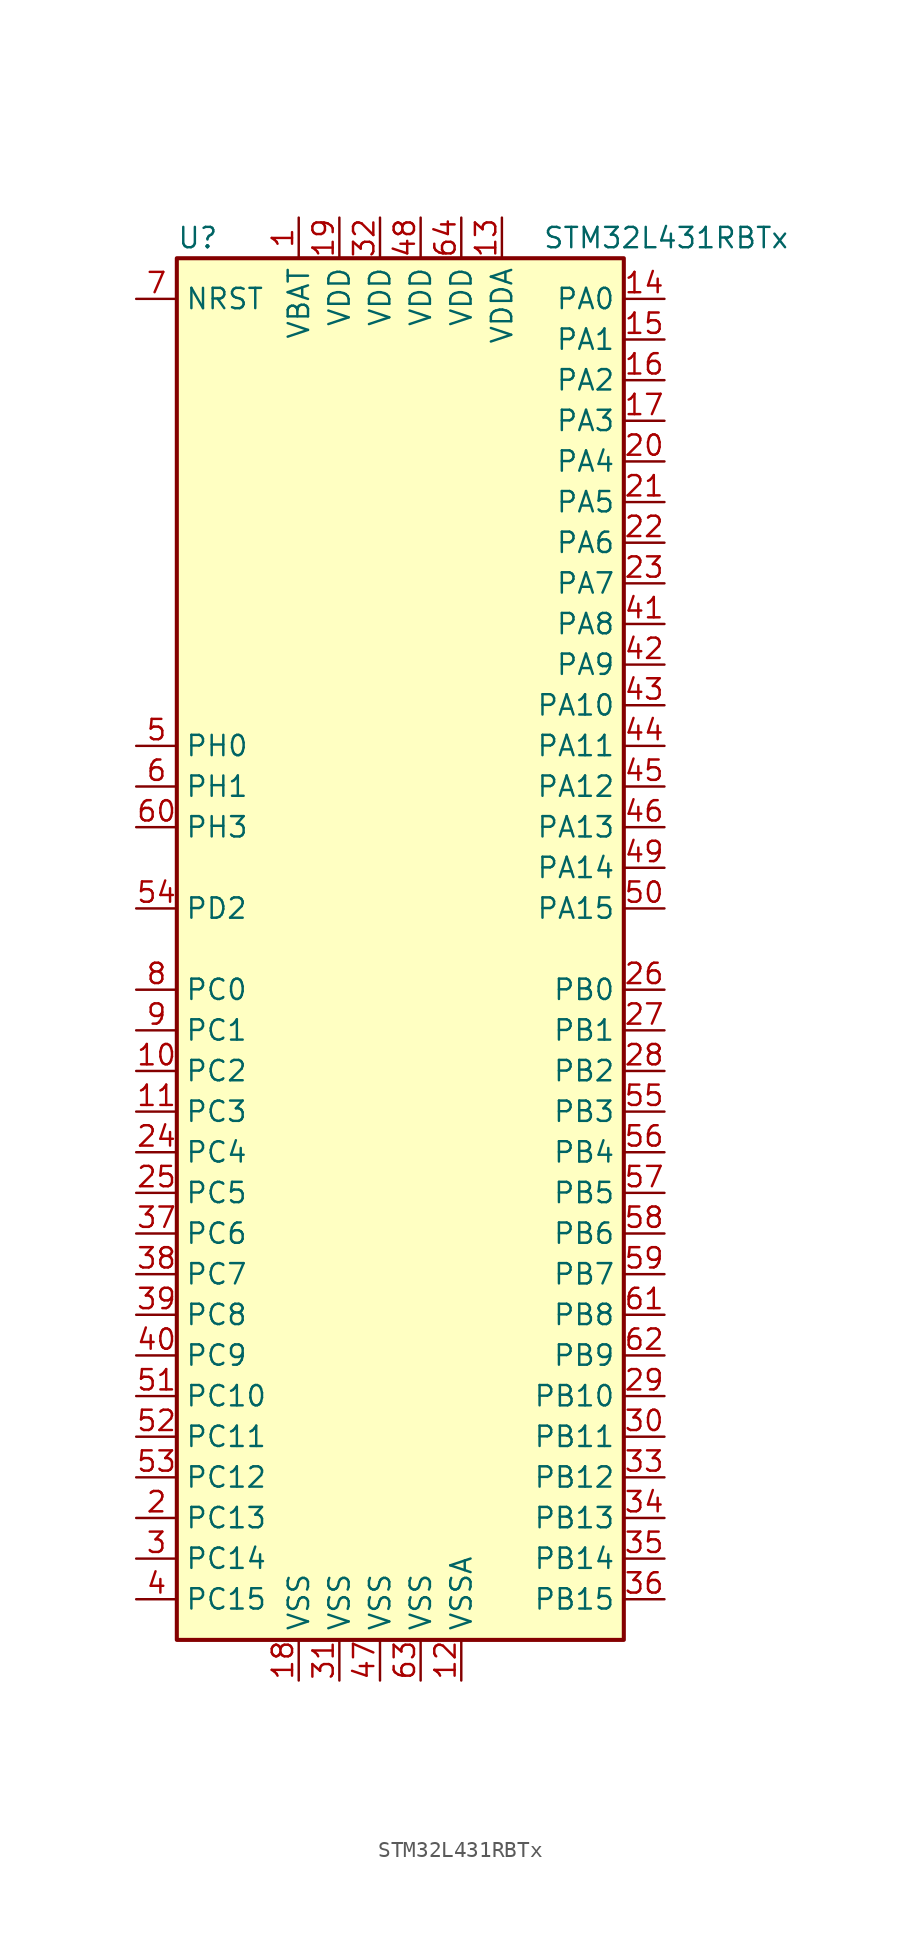
<source format=kicad_sym>
(kicad_symbol_lib
  (version 20201005)
  (generator kicad_symbol_editor)
  (symbol "MCU_ST_STM32L4:STM32L431RBTx"
    (property "Reference" "U"
      (at -15.24 44.45 0)
      (effects (font (size 1.27 1.27)) (justify left)))
    (property "Value" "STM32L431RBTx"
      (at 7.62 44.45 0)
      (effects (font (size 1.27 1.27)) (justify left)))
    (symbol "STM32L431RBTx_0_1"
      (rectangle (start -15.24 -43.18) (end 12.7 43.18) (stroke (width 0.254)) (fill (type background))))
    (symbol "STM32L431RBTx_1_1"
      (pin power_in line (at -7.62 45.72 270) (length 2.54) (name "VBAT" (effects (font (size 1.27 1.27)))) (number "1" (effects (font (size 1.27 1.27)))))
      (pin bidirectional line (at -17.78 -7.62 0) (length 2.54) (name "PC2" (effects (font (size 1.27 1.27)))) (number "10" (effects (font (size 1.27 1.27)))))
      (pin bidirectional line (at -17.78 -10.16 0) (length 2.54) (name "PC3" (effects (font (size 1.27 1.27)))) (number "11" (effects (font (size 1.27 1.27)))))
      (pin power_in line (at 2.54 -45.72 90) (length 2.54) (name "VSSA" (effects (font (size 1.27 1.27)))) (number "12" (effects (font (size 1.27 1.27)))))
      (pin power_in line (at 5.08 45.72 270) (length 2.54) (name "VDDA" (effects (font (size 1.27 1.27)))) (number "13" (effects (font (size 1.27 1.27)))))
      (pin bidirectional line (at 15.24 40.64 180) (length 2.54) (name "PA0" (effects (font (size 1.27 1.27)))) (number "14" (effects (font (size 1.27 1.27)))))
      (pin bidirectional line (at 15.24 38.1 180) (length 2.54) (name "PA1" (effects (font (size 1.27 1.27)))) (number "15" (effects (font (size 1.27 1.27)))))
      (pin bidirectional line (at 15.24 35.56 180) (length 2.54) (name "PA2" (effects (font (size 1.27 1.27)))) (number "16" (effects (font (size 1.27 1.27)))))
      (pin bidirectional line (at 15.24 33.02 180) (length 2.54) (name "PA3" (effects (font (size 1.27 1.27)))) (number "17" (effects (font (size 1.27 1.27)))))
      (pin power_in line (at -7.62 -45.72 90) (length 2.54) (name "VSS" (effects (font (size 1.27 1.27)))) (number "18" (effects (font (size 1.27 1.27)))))
      (pin power_in line (at -5.08 45.72 270) (length 2.54) (name "VDD" (effects (font (size 1.27 1.27)))) (number "19" (effects (font (size 1.27 1.27)))))
      (pin bidirectional line (at -17.78 -35.56 0) (length 2.54) (name "PC13" (effects (font (size 1.27 1.27)))) (number "2" (effects (font (size 1.27 1.27)))))
      (pin bidirectional line (at 15.24 30.48 180) (length 2.54) (name "PA4" (effects (font (size 1.27 1.27)))) (number "20" (effects (font (size 1.27 1.27)))))
      (pin bidirectional line (at 15.24 27.94 180) (length 2.54) (name "PA5" (effects (font (size 1.27 1.27)))) (number "21" (effects (font (size 1.27 1.27)))))
      (pin bidirectional line (at 15.24 25.4 180) (length 2.54) (name "PA6" (effects (font (size 1.27 1.27)))) (number "22" (effects (font (size 1.27 1.27)))))
      (pin bidirectional line (at 15.24 22.86 180) (length 2.54) (name "PA7" (effects (font (size 1.27 1.27)))) (number "23" (effects (font (size 1.27 1.27)))))
      (pin bidirectional line (at -17.78 -12.7 0) (length 2.54) (name "PC4" (effects (font (size 1.27 1.27)))) (number "24" (effects (font (size 1.27 1.27)))))
      (pin bidirectional line (at -17.78 -15.24 0) (length 2.54) (name "PC5" (effects (font (size 1.27 1.27)))) (number "25" (effects (font (size 1.27 1.27)))))
      (pin bidirectional line (at 15.24 -2.54 180) (length 2.54) (name "PB0" (effects (font (size 1.27 1.27)))) (number "26" (effects (font (size 1.27 1.27)))))
      (pin bidirectional line (at 15.24 -5.08 180) (length 2.54) (name "PB1" (effects (font (size 1.27 1.27)))) (number "27" (effects (font (size 1.27 1.27)))))
      (pin bidirectional line (at 15.24 -7.62 180) (length 2.54) (name "PB2" (effects (font (size 1.27 1.27)))) (number "28" (effects (font (size 1.27 1.27)))))
      (pin bidirectional line (at 15.24 -27.94 180) (length 2.54) (name "PB10" (effects (font (size 1.27 1.27)))) (number "29" (effects (font (size 1.27 1.27)))))
      (pin bidirectional line (at -17.78 -38.1 0) (length 2.54) (name "PC14" (effects (font (size 1.27 1.27)))) (number "3" (effects (font (size 1.27 1.27)))))
      (pin bidirectional line (at 15.24 -30.48 180) (length 2.54) (name "PB11" (effects (font (size 1.27 1.27)))) (number "30" (effects (font (size 1.27 1.27)))))
      (pin power_in line (at -5.08 -45.72 90) (length 2.54) (name "VSS" (effects (font (size 1.27 1.27)))) (number "31" (effects (font (size 1.27 1.27)))))
      (pin power_in line (at -2.54 45.72 270) (length 2.54) (name "VDD" (effects (font (size 1.27 1.27)))) (number "32" (effects (font (size 1.27 1.27)))))
      (pin bidirectional line (at 15.24 -33.02 180) (length 2.54) (name "PB12" (effects (font (size 1.27 1.27)))) (number "33" (effects (font (size 1.27 1.27)))))
      (pin bidirectional line (at 15.24 -35.56 180) (length 2.54) (name "PB13" (effects (font (size 1.27 1.27)))) (number "34" (effects (font (size 1.27 1.27)))))
      (pin bidirectional line (at 15.24 -38.1 180) (length 2.54) (name "PB14" (effects (font (size 1.27 1.27)))) (number "35" (effects (font (size 1.27 1.27)))))
      (pin bidirectional line (at 15.24 -40.64 180) (length 2.54) (name "PB15" (effects (font (size 1.27 1.27)))) (number "36" (effects (font (size 1.27 1.27)))))
      (pin bidirectional line (at -17.78 -17.78 0) (length 2.54) (name "PC6" (effects (font (size 1.27 1.27)))) (number "37" (effects (font (size 1.27 1.27)))))
      (pin bidirectional line (at -17.78 -20.32 0) (length 2.54) (name "PC7" (effects (font (size 1.27 1.27)))) (number "38" (effects (font (size 1.27 1.27)))))
      (pin bidirectional line (at -17.78 -22.86 0) (length 2.54) (name "PC8" (effects (font (size 1.27 1.27)))) (number "39" (effects (font (size 1.27 1.27)))))
      (pin bidirectional line (at -17.78 -40.64 0) (length 2.54) (name "PC15" (effects (font (size 1.27 1.27)))) (number "4" (effects (font (size 1.27 1.27)))))
      (pin bidirectional line (at -17.78 -25.4 0) (length 2.54) (name "PC9" (effects (font (size 1.27 1.27)))) (number "40" (effects (font (size 1.27 1.27)))))
      (pin bidirectional line (at 15.24 20.32 180) (length 2.54) (name "PA8" (effects (font (size 1.27 1.27)))) (number "41" (effects (font (size 1.27 1.27)))))
      (pin bidirectional line (at 15.24 17.78 180) (length 2.54) (name "PA9" (effects (font (size 1.27 1.27)))) (number "42" (effects (font (size 1.27 1.27)))))
      (pin bidirectional line (at 15.24 15.24 180) (length 2.54) (name "PA10" (effects (font (size 1.27 1.27)))) (number "43" (effects (font (size 1.27 1.27)))))
      (pin bidirectional line (at 15.24 12.7 180) (length 2.54) (name "PA11" (effects (font (size 1.27 1.27)))) (number "44" (effects (font (size 1.27 1.27)))))
      (pin bidirectional line (at 15.24 10.16 180) (length 2.54) (name "PA12" (effects (font (size 1.27 1.27)))) (number "45" (effects (font (size 1.27 1.27)))))
      (pin bidirectional line (at 15.24 7.62 180) (length 2.54) (name "PA13" (effects (font (size 1.27 1.27)))) (number "46" (effects (font (size 1.27 1.27)))))
      (pin power_in line (at -2.54 -45.72 90) (length 2.54) (name "VSS" (effects (font (size 1.27 1.27)))) (number "47" (effects (font (size 1.27 1.27)))))
      (pin power_in line (at 0 45.72 270) (length 2.54) (name "VDD" (effects (font (size 1.27 1.27)))) (number "48" (effects (font (size 1.27 1.27)))))
      (pin bidirectional line (at 15.24 5.08 180) (length 2.54) (name "PA14" (effects (font (size 1.27 1.27)))) (number "49" (effects (font (size 1.27 1.27)))))
      (pin input line (at -17.78 12.7 0) (length 2.54) (name "PH0" (effects (font (size 1.27 1.27)))) (number "5" (effects (font (size 1.27 1.27)))))
      (pin bidirectional line (at 15.24 2.54 180) (length 2.54) (name "PA15" (effects (font (size 1.27 1.27)))) (number "50" (effects (font (size 1.27 1.27)))))
      (pin bidirectional line (at -17.78 -27.94 0) (length 2.54) (name "PC10" (effects (font (size 1.27 1.27)))) (number "51" (effects (font (size 1.27 1.27)))))
      (pin bidirectional line (at -17.78 -30.48 0) (length 2.54) (name "PC11" (effects (font (size 1.27 1.27)))) (number "52" (effects (font (size 1.27 1.27)))))
      (pin bidirectional line (at -17.78 -33.02 0) (length 2.54) (name "PC12" (effects (font (size 1.27 1.27)))) (number "53" (effects (font (size 1.27 1.27)))))
      (pin bidirectional line (at -17.78 2.54 0) (length 2.54) (name "PD2" (effects (font (size 1.27 1.27)))) (number "54" (effects (font (size 1.27 1.27)))))
      (pin bidirectional line (at 15.24 -10.16 180) (length 2.54) (name "PB3" (effects (font (size 1.27 1.27)))) (number "55" (effects (font (size 1.27 1.27)))))
      (pin bidirectional line (at 15.24 -12.7 180) (length 2.54) (name "PB4" (effects (font (size 1.27 1.27)))) (number "56" (effects (font (size 1.27 1.27)))))
      (pin bidirectional line (at 15.24 -15.24 180) (length 2.54) (name "PB5" (effects (font (size 1.27 1.27)))) (number "57" (effects (font (size 1.27 1.27)))))
      (pin bidirectional line (at 15.24 -17.78 180) (length 2.54) (name "PB6" (effects (font (size 1.27 1.27)))) (number "58" (effects (font (size 1.27 1.27)))))
      (pin bidirectional line (at 15.24 -20.32 180) (length 2.54) (name "PB7" (effects (font (size 1.27 1.27)))) (number "59" (effects (font (size 1.27 1.27)))))
      (pin input line (at -17.78 10.16 0) (length 2.54) (name "PH1" (effects (font (size 1.27 1.27)))) (number "6" (effects (font (size 1.27 1.27)))))
      (pin bidirectional line (at -17.78 7.62 0) (length 2.54) (name "PH3" (effects (font (size 1.27 1.27)))) (number "60" (effects (font (size 1.27 1.27)))))
      (pin bidirectional line (at 15.24 -22.86 180) (length 2.54) (name "PB8" (effects (font (size 1.27 1.27)))) (number "61" (effects (font (size 1.27 1.27)))))
      (pin bidirectional line (at 15.24 -25.4 180) (length 2.54) (name "PB9" (effects (font (size 1.27 1.27)))) (number "62" (effects (font (size 1.27 1.27)))))
      (pin power_in line (at 0 -45.72 90) (length 2.54) (name "VSS" (effects (font (size 1.27 1.27)))) (number "63" (effects (font (size 1.27 1.27)))))
      (pin power_in line (at 2.54 45.72 270) (length 2.54) (name "VDD" (effects (font (size 1.27 1.27)))) (number "64" (effects (font (size 1.27 1.27)))))
      (pin input line (at -17.78 40.64 0) (length 2.54) (name "NRST" (effects (font (size 1.27 1.27)))) (number "7" (effects (font (size 1.27 1.27)))))
      (pin bidirectional line (at -17.78 -2.54 0) (length 2.54) (name "PC0" (effects (font (size 1.27 1.27)))) (number "8" (effects (font (size 1.27 1.27)))))
      (pin bidirectional line (at -17.78 -5.08 0) (length 2.54) (name "PC1" (effects (font (size 1.27 1.27)))) (number "9" (effects (font (size 1.27 1.27))))))))
</source>
